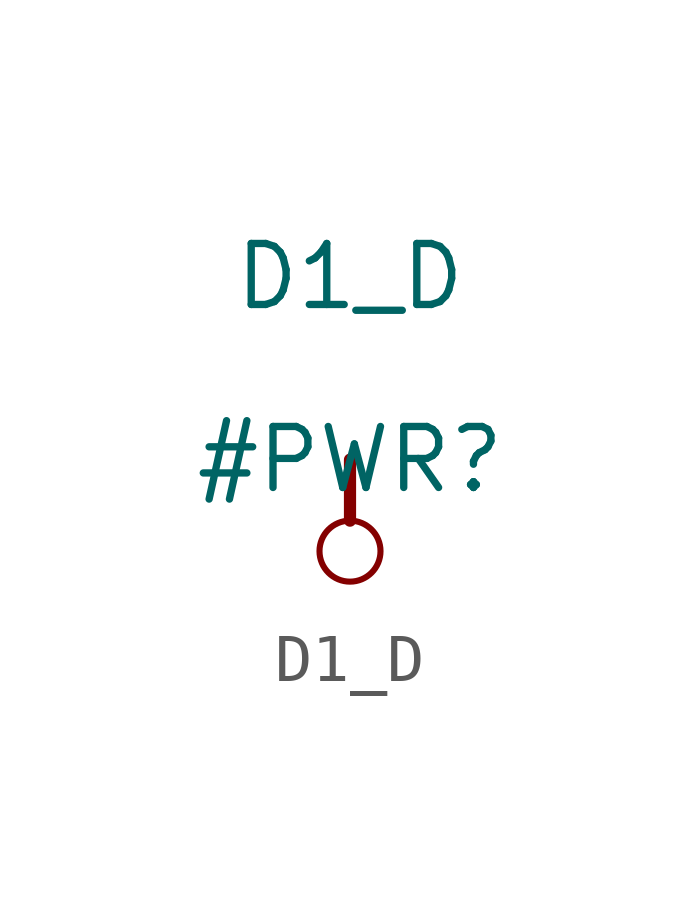
<source format=kicad_sym>
(kicad_symbol_lib
  (version 20211014)
  (generator kicad_symbol_editor)
  (symbol "D1_D"
    (power)
    (property "Reference" "#PWR"
      (at 0 0 0)
      (effects (font (size 1.27 1.27))))
    (property "Value" "D1_D"
      (at 0 3.81 0)
      (effects (font (size 1.27 1.27))))
    (symbol "D1_D_0_0"
      (circle (center 0 -1.905) (radius 0.635) (stroke (width 0.127) (type default) (color 0 0 0 0)) (fill (type none)))
      (polyline (pts (xy 0 0) (xy 0 -1.27)) (stroke (width 0.254) (type default) (color 0 0 0 0)) (fill (type none)))
      (pin power_in line (at 0 0 0) (length 0) hide (name "D1_D" (effects (font (size 1.27 1.27)))) (number "" (effects (font (size 1.27 1.27))))))))
</source>
